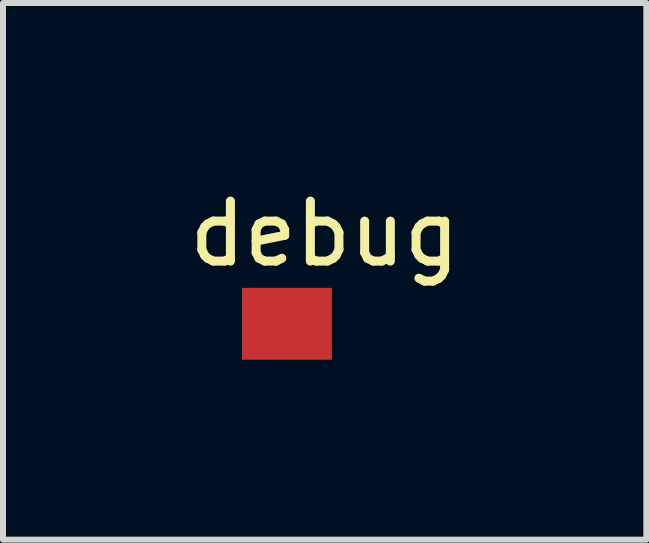
<source format=kicad_pcb>
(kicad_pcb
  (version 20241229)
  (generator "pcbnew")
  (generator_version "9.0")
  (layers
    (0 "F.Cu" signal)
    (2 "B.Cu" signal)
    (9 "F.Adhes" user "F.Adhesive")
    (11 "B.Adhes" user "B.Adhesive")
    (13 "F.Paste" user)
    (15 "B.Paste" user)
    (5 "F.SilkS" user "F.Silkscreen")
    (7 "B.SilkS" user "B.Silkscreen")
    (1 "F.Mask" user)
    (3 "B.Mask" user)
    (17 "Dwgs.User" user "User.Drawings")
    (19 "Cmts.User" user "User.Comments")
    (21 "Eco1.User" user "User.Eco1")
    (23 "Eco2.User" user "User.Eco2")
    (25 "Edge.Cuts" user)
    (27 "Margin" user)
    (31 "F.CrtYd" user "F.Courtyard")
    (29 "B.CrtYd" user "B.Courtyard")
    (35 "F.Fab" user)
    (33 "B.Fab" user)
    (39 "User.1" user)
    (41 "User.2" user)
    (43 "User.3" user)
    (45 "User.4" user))
  (footprint "debug"
    (layer "F.Cu")
    (at 1.733 2.348)
    (property "Reference" "debug" (at 0.63 -1.5 0) (layer "F.SilkS") (effects (font (size 1 1) (thickness 0.15))))
    (attr through_hole)
    (pad "1" smd rect (at 0 0) (size 1.5 1.2) (layers "F.Cu" "F.Mask")))
  (gr_rect
    (start -3 -3)
    (end 7.726 5.948)
    (stroke (width 0.1) (type default))
    (fill no)
    (layer "Edge.Cuts")))
</source>
